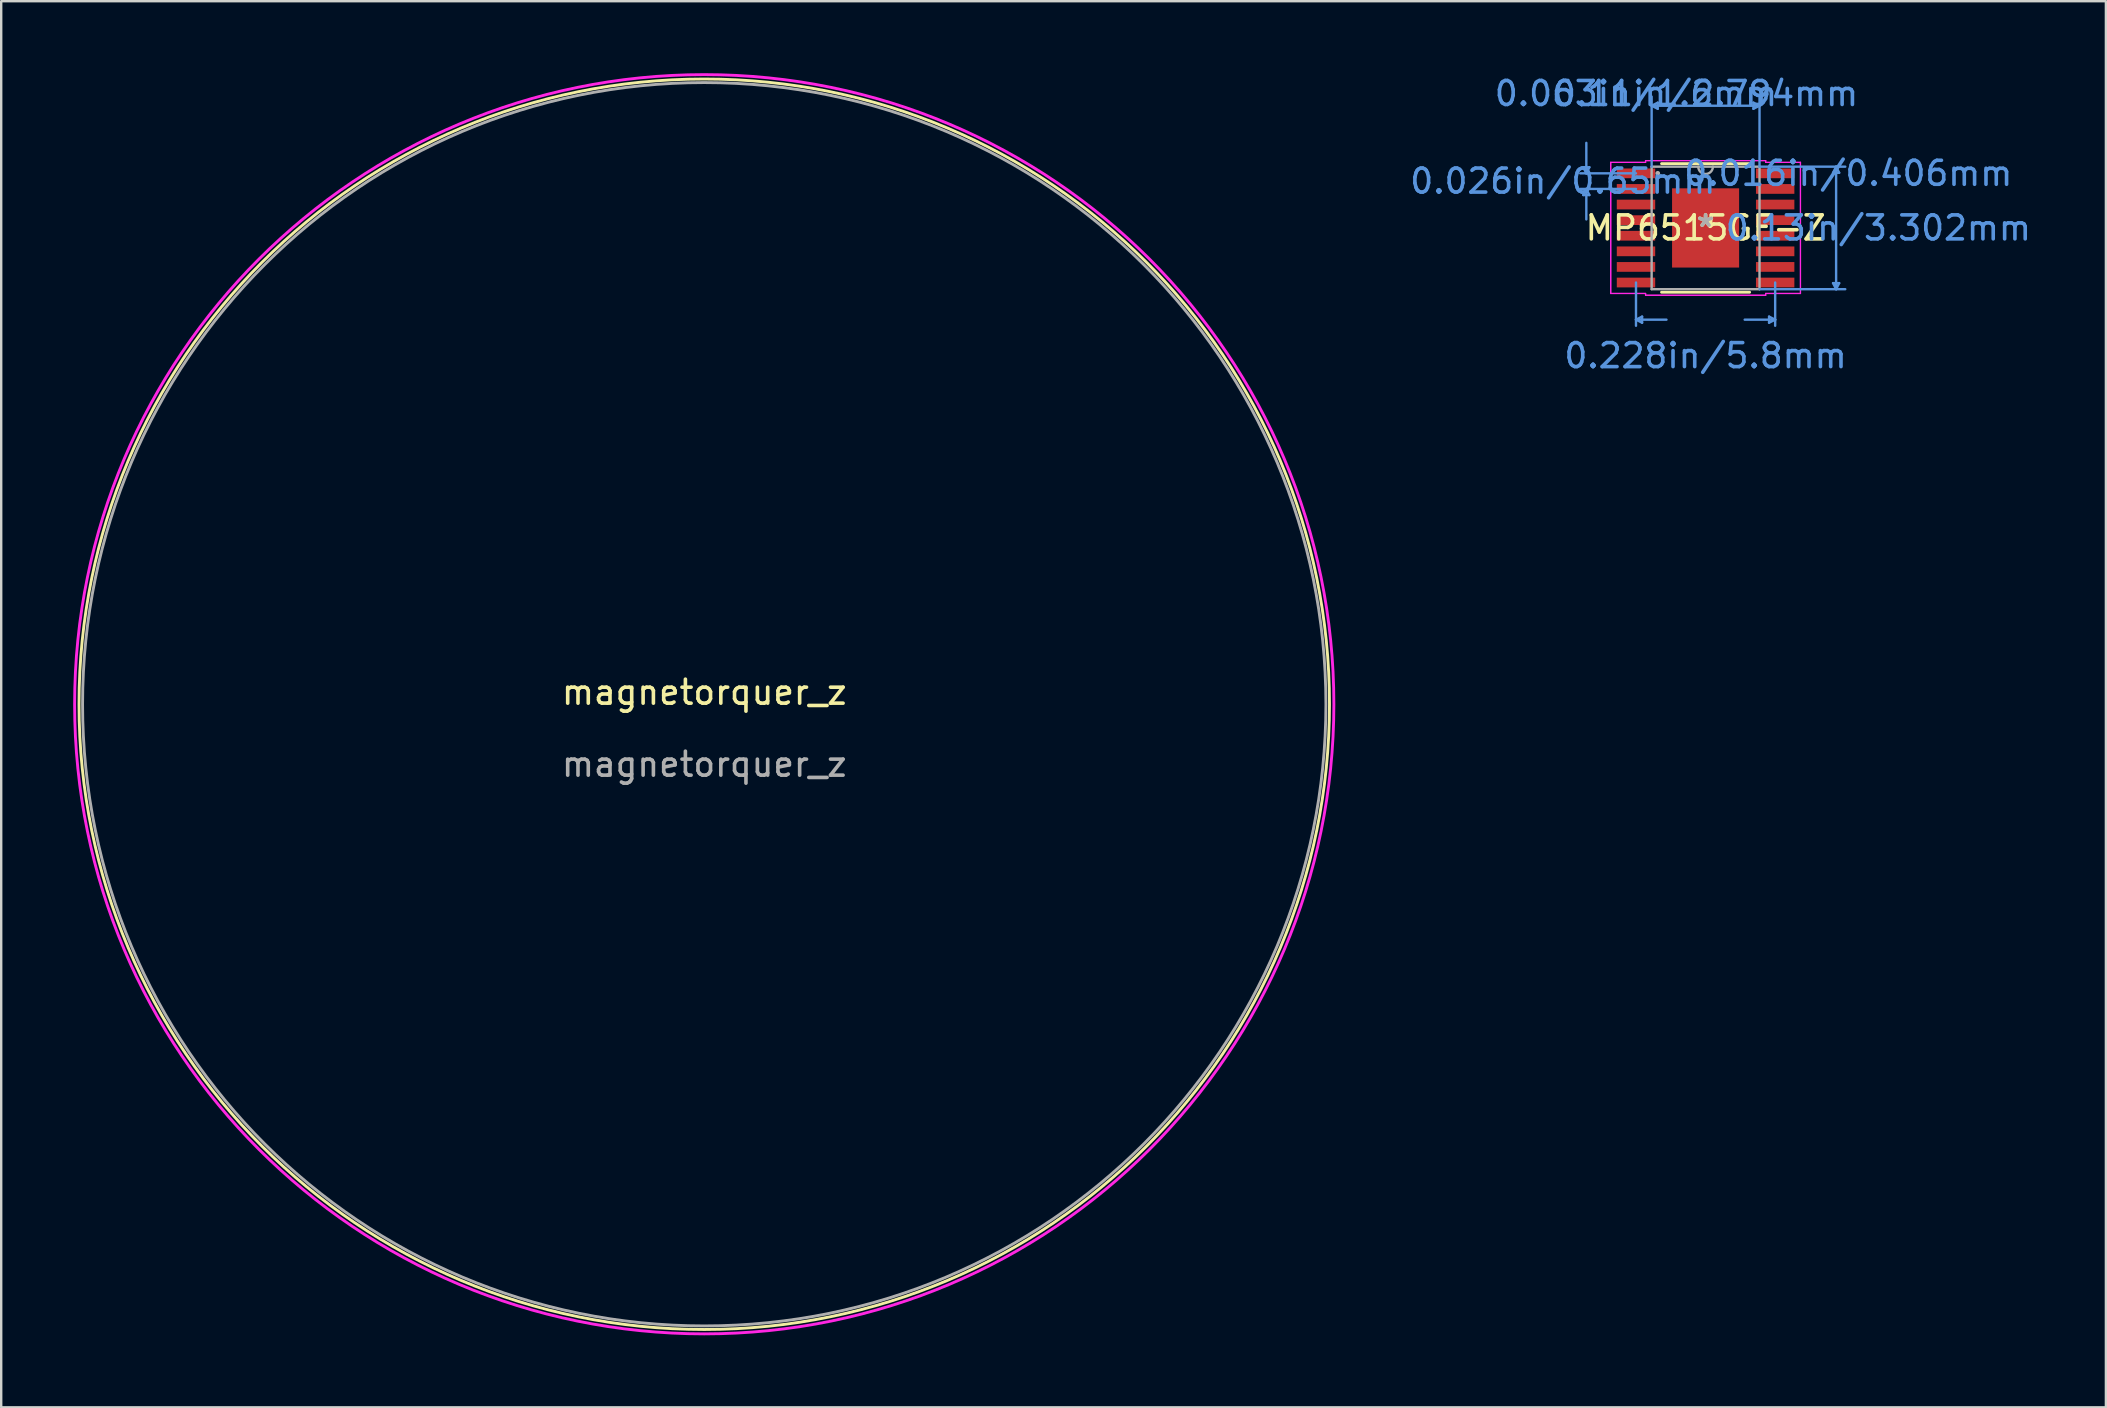
<source format=kicad_pcb>
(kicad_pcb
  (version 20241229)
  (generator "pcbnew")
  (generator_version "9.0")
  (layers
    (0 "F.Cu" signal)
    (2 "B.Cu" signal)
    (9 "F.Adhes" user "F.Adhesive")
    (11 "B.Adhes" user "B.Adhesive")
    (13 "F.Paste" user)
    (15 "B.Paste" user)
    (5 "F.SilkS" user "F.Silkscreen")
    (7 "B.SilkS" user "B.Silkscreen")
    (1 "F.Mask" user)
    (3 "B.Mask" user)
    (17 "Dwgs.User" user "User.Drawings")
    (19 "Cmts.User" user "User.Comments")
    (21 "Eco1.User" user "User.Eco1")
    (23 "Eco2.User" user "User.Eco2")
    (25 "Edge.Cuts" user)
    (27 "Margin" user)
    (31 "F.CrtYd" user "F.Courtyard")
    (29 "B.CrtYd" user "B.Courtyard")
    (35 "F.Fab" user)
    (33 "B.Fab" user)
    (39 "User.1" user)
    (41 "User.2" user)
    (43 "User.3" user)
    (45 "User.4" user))
  (footprint "magnetorquer_z"
    (layer "F.Cu")
    (at 26.299 26.299)
    (property "Reference" "magnetorquer_z" (at 0 -0.5 0) (unlocked yes) (layer "F.SilkS") (effects (font (size 1 1) (thickness 0.15))))
    (attr through_hole)
    (fp_circle (center 0 0) (end 2.35 25.95) (stroke (width 0.12) (type solid)) (fill no) (layer "F.SilkS"))
    (fp_circle (center 0 0) (end 26.239 0) (stroke (width 0.12) (type solid)) (fill no) (layer "F.CrtYd"))
    (fp_circle (center 0 0) (end 25.908 0) (stroke (width 0.12) (type solid)) (fill no) (layer "F.Fab"))
    (fp_text user "${REFERENCE}" (at 0 2.5 0) (unlocked yes) (layer "F.Fab") (effects (font (size 1 1) (thickness 0.15)))))
  (footprint "MP6515GF-Z"
    (layer "F.Cu")
    (at 68.029 6.449)
    (property "Reference" "MP6515GF-Z" (at 0 0 0) (layer "F.SilkS") (effects (font (size 1 1) (thickness 0.15))))
    (attr through_hole)
    (fp_line (start -1.835 2.68) (end 1.835 2.68) (stroke (width 0.12) (type solid)) (layer "F.SilkS"))
    (fp_line (start 1.835 -2.68) (end -1.835 -2.68) (stroke (width 0.12) (type solid)) (layer "F.SilkS"))
    (fp_poly (pts (xy -1.297 -1.551) (xy -1.297 -0.1) (xy -0.1 -0.1) (xy -0.1 -1.551)) (stroke (width 0.1) (type solid)) (fill yes) (layer "F.Paste"))
    (fp_poly (pts (xy -1.297 0.1) (xy -1.297 1.551) (xy -0.1 1.551) (xy -0.1 0.1)) (stroke (width 0.1) (type solid)) (fill yes) (layer "F.Paste"))
    (fp_poly (pts (xy 0.1 -1.551) (xy 0.1 -0.1) (xy 1.297 -0.1) (xy 1.297 -1.551)) (stroke (width 0.1) (type solid)) (fill yes) (layer "F.Paste"))
    (fp_poly (pts (xy 0.1 0.1) (xy 0.1 1.551) (xy 1.297 1.551) (xy 1.297 0.1)) (stroke (width 0.1) (type solid)) (fill yes) (layer "F.Paste"))
    (fp_line (start -5.097 -2.529) (end -4.97 -2.275) (stroke (width 0.1) (type solid)) (layer "Cmts.User"))
    (fp_line (start -5.097 -1.371) (end -4.97 -1.625) (stroke (width 0.1) (type solid)) (layer "Cmts.User"))
    (fp_line (start -4.97 -2.275) (end -4.97 -3.545) (stroke (width 0.1) (type solid)) (layer "Cmts.User"))
    (fp_line (start -4.97 -2.275) (end -4.843 -2.529) (stroke (width 0.1) (type solid)) (layer "Cmts.User"))
    (fp_line (start -4.97 -1.625) (end -4.97 -0.355) (stroke (width 0.1) (type solid)) (layer "Cmts.User"))
    (fp_line (start -4.97 -1.625) (end -4.843 -1.371) (stroke (width 0.1) (type solid)) (layer "Cmts.User"))
    (fp_line (start -4.843 -2.529) (end -5.097 -2.529) (stroke (width 0.1) (type solid)) (layer "Cmts.User"))
    (fp_line (start -4.843 -1.371) (end -5.097 -1.371) (stroke (width 0.1) (type solid)) (layer "Cmts.User"))
    (fp_line (start -2.9 -2.275) (end -5.224 -2.275) (stroke (width 0.1) (type solid)) (layer "Cmts.User"))
    (fp_line (start -2.9 -1.625) (end -5.224 -1.625) (stroke (width 0.1) (type solid)) (layer "Cmts.User"))
    (fp_line (start -2.9 2.275) (end -2.9 4.077) (stroke (width 0.1) (type solid)) (layer "Cmts.User"))
    (fp_line (start -2.9 3.823) (end -2.646 3.95) (stroke (width 0.1) (type solid)) (layer "Cmts.User"))
    (fp_line (start -2.9 3.823) (end -1.63 3.823) (stroke (width 0.1) (type solid)) (layer "Cmts.User"))
    (fp_line (start -2.646 3.696) (end -2.9 3.823) (stroke (width 0.1) (type solid)) (layer "Cmts.User"))
    (fp_line (start -2.646 3.95) (end -2.646 3.696) (stroke (width 0.1) (type solid)) (layer "Cmts.User"))
    (fp_line (start -2.248 -5.093) (end -1.994 -5.22) (stroke (width 0.1) (type solid)) (layer "Cmts.User"))
    (fp_line (start -2.248 -5.093) (end -1.994 -4.966) (stroke (width 0.1) (type solid)) (layer "Cmts.User"))
    (fp_line (start -2.248 -5.093) (end 2.248 -5.093) (stroke (width 0.1) (type solid)) (layer "Cmts.User"))
    (fp_line (start -2.248 -2.553) (end -2.248 -5.474) (stroke (width 0.1) (type solid)) (layer "Cmts.User"))
    (fp_line (start -1.994 -5.22) (end -1.994 -4.966) (stroke (width 0.1) (type solid)) (layer "Cmts.User"))
    (fp_line (start 1.994 -5.22) (end 1.994 -4.966) (stroke (width 0.1) (type solid)) (layer "Cmts.User"))
    (fp_line (start 2.248 -5.093) (end 1.994 -5.22) (stroke (width 0.1) (type solid)) (layer "Cmts.User"))
    (fp_line (start 2.248 -5.093) (end 1.994 -4.966) (stroke (width 0.1) (type solid)) (layer "Cmts.User"))
    (fp_line (start 2.248 -2.553) (end 2.248 -5.474) (stroke (width 0.1) (type solid)) (layer "Cmts.User"))
    (fp_line (start 2.248 -2.553) (end 5.821 -2.553) (stroke (width 0.1) (type solid)) (layer "Cmts.User"))
    (fp_line (start 2.248 2.553) (end 5.821 2.553) (stroke (width 0.1) (type solid)) (layer "Cmts.User"))
    (fp_line (start 2.646 3.696) (end 2.9 3.823) (stroke (width 0.1) (type solid)) (layer "Cmts.User"))
    (fp_line (start 2.646 3.95) (end 2.646 3.696) (stroke (width 0.1) (type solid)) (layer "Cmts.User"))
    (fp_line (start 2.9 2.275) (end 2.9 4.077) (stroke (width 0.1) (type solid)) (layer "Cmts.User"))
    (fp_line (start 2.9 3.823) (end 1.63 3.823) (stroke (width 0.1) (type solid)) (layer "Cmts.User"))
    (fp_line (start 2.9 3.823) (end 2.646 3.95) (stroke (width 0.1) (type solid)) (layer "Cmts.User"))
    (fp_line (start 5.313 -2.299) (end 5.567 -2.299) (stroke (width 0.1) (type solid)) (layer "Cmts.User"))
    (fp_line (start 5.313 2.299) (end 5.567 2.299) (stroke (width 0.1) (type solid)) (layer "Cmts.User"))
    (fp_line (start 5.44 -2.553) (end 5.313 -2.299) (stroke (width 0.1) (type solid)) (layer "Cmts.User"))
    (fp_line (start 5.44 -2.553) (end 5.44 2.553) (stroke (width 0.1) (type solid)) (layer "Cmts.User"))
    (fp_line (start 5.44 -2.553) (end 5.567 -2.299) (stroke (width 0.1) (type solid)) (layer "Cmts.User"))
    (fp_line (start 5.44 2.553) (end 5.313 2.299) (stroke (width 0.1) (type solid)) (layer "Cmts.User"))
    (fp_line (start 5.44 2.553) (end 5.567 2.299) (stroke (width 0.1) (type solid)) (layer "Cmts.User"))
    (fp_line (start -3.954 -2.732) (end -2.502 -2.732) (stroke (width 0.05) (type solid)) (layer "F.CrtYd"))
    (fp_line (start -3.954 -2.732) (end -2.502 -2.732) (stroke (width 0.05) (type solid)) (layer "F.CrtYd"))
    (fp_line (start -3.954 2.732) (end -3.954 -2.732) (stroke (width 0.05) (type solid)) (layer "F.CrtYd"))
    (fp_line (start -3.954 2.732) (end -3.954 -2.732) (stroke (width 0.05) (type solid)) (layer "F.CrtYd"))
    (fp_line (start -3.954 2.732) (end -2.502 2.732) (stroke (width 0.05) (type solid)) (layer "F.CrtYd"))
    (fp_line (start -2.502 -2.807) (end 2.502 -2.807) (stroke (width 0.05) (type solid)) (layer "F.CrtYd"))
    (fp_line (start -2.502 -2.807) (end 2.502 -2.807) (stroke (width 0.05) (type solid)) (layer "F.CrtYd"))
    (fp_line (start -2.502 -2.732) (end -2.502 -2.807) (stroke (width 0.05) (type solid)) (layer "F.CrtYd"))
    (fp_line (start -2.502 -2.732) (end -2.502 -2.807) (stroke (width 0.05) (type solid)) (layer "F.CrtYd"))
    (fp_line (start -2.502 2.732) (end -3.954 2.732) (stroke (width 0.05) (type solid)) (layer "F.CrtYd"))
    (fp_line (start -2.502 2.807) (end -2.502 2.732) (stroke (width 0.05) (type solid)) (layer "F.CrtYd"))
    (fp_line (start -2.502 2.807) (end -2.502 2.732) (stroke (width 0.05) (type solid)) (layer "F.CrtYd"))
    (fp_line (start 2.502 -2.807) (end 2.502 -2.732) (stroke (width 0.05) (type solid)) (layer "F.CrtYd"))
    (fp_line (start 2.502 -2.807) (end 2.502 -2.732) (stroke (width 0.05) (type solid)) (layer "F.CrtYd"))
    (fp_line (start 2.502 -2.732) (end 3.954 -2.732) (stroke (width 0.05) (type solid)) (layer "F.CrtYd"))
    (fp_line (start 2.502 2.732) (end 2.502 2.807) (stroke (width 0.05) (type solid)) (layer "F.CrtYd"))
    (fp_line (start 2.502 2.732) (end 2.502 2.807) (stroke (width 0.05) (type solid)) (layer "F.CrtYd"))
    (fp_line (start 2.502 2.807) (end -2.502 2.807) (stroke (width 0.05) (type solid)) (layer "F.CrtYd"))
    (fp_line (start 2.502 2.807) (end -2.502 2.807) (stroke (width 0.05) (type solid)) (layer "F.CrtYd"))
    (fp_line (start 3.954 -2.732) (end 2.502 -2.732) (stroke (width 0.05) (type solid)) (layer "F.CrtYd"))
    (fp_line (start 3.954 -2.732) (end 3.954 2.732) (stroke (width 0.05) (type solid)) (layer "F.CrtYd"))
    (fp_line (start 3.954 -2.732) (end 3.954 2.732) (stroke (width 0.05) (type solid)) (layer "F.CrtYd"))
    (fp_line (start 3.954 2.732) (end 2.502 2.732) (stroke (width 0.05) (type solid)) (layer "F.CrtYd"))
    (fp_line (start 3.954 2.732) (end 2.502 2.732) (stroke (width 0.05) (type solid)) (layer "F.CrtYd"))
    (fp_line (start -2.248 -2.553) (end -2.248 2.553) (stroke (width 0.1) (type solid)) (layer "F.Fab"))
    (fp_line (start -2.248 2.553) (end 2.248 2.553) (stroke (width 0.1) (type solid)) (layer "F.Fab"))
    (fp_line (start 2.248 -2.553) (end -2.248 -2.553) (stroke (width 0.1) (type solid)) (layer "F.Fab"))
    (fp_line (start 2.248 2.553) (end 2.248 -2.553) (stroke (width 0.1) (type solid)) (layer "F.Fab"))
    (fp_arc (start 0.3048 -2.5527) (mid 0 -2.2479) (end -0.3048 -2.5527) (stroke (width 0.1) (type solid)) (layer "F.Fab"))
    (fp_circle (center -1.994 -2.275) (end -1.994 -2.275) (stroke (width 0.1) (type solid)) (fill no) (layer "F.Fab"))
    (fp_text user "*" (at 0 0 0) (layer "F.SilkS") (effects (font (size 1 1) (thickness 0.15))))
    (fp_text user "0.13in/3.302mm" (at 7.201 0 0) (layer "Cmts.User") (effects (font (size 1 1) (thickness 0.15))))
    (fp_text user "0.026in/0.65mm" (at -5.948 -1.95 0) (layer "Cmts.User") (effects (font (size 1 1) (thickness 0.15))))
    (fp_text user "0.228in/5.8mm" (at 0 5.323 0) (layer "Cmts.User") (effects (font (size 1 1) (thickness 0.15))))
    (fp_text user "0.11in/2.794mm" (at 0 -5.601 0) (layer "Cmts.User") (effects (font (size 1 1) (thickness 0.15))))
    (fp_text user "Copyright 2021 Accelerated Designs. All rights reserved." (at 0 0 0) (layer "Cmts.User") (effects (font (size 0.127 0.127) (thickness 0.002))))
    (fp_text user "0.016in/0.406mm" (at 5.948 -2.275 0) (layer "Cmts.User") (effects (font (size 1 1) (thickness 0.15))))
    (fp_text user "0.063in/1.6mm" (at -2.9 -5.601 0) (layer "Cmts.User") (effects (font (size 1 1) (thickness 0.15))))
    (fp_text user "*" (at 0 0 0) (layer "F.Fab") (effects (font (size 1 1) (thickness 0.15))))
    (pad "1" smd rect (at -2.9 -2.275) (size 1.6 0.406) (layers "F.Cu" "F.Mask" "F.Paste"))
    (pad "2" smd rect (at -2.9 -1.625) (size 1.6 0.406) (layers "F.Cu" "F.Mask" "F.Paste"))
    (pad "3" smd rect (at -2.9 -0.975) (size 1.6 0.406) (layers "F.Cu" "F.Mask" "F.Paste"))
    (pad "4" smd rect (at -2.9 -0.325) (size 1.6 0.406) (layers "F.Cu" "F.Mask" "F.Paste"))
    (pad "5" smd rect (at -2.9 0.325) (size 1.6 0.406) (layers "F.Cu" "F.Mask" "F.Paste"))
    (pad "6" smd rect (at -2.9 0.975) (size 1.6 0.406) (layers "F.Cu" "F.Mask" "F.Paste"))
    (pad "7" smd rect (at -2.9 1.625) (size 1.6 0.406) (layers "F.Cu" "F.Mask" "F.Paste"))
    (pad "8" smd rect (at -2.9 2.275) (size 1.6 0.406) (layers "F.Cu" "F.Mask" "F.Paste"))
    (pad "9" smd rect (at 2.9 2.275) (size 1.6 0.406) (layers "F.Cu" "F.Mask" "F.Paste"))
    (pad "10" smd rect (at 2.9 1.625) (size 1.6 0.406) (layers "F.Cu" "F.Mask" "F.Paste"))
    (pad "11" smd rect (at 2.9 0.975) (size 1.6 0.406) (layers "F.Cu" "F.Mask" "F.Paste"))
    (pad "12" smd rect (at 2.9 0.325) (size 1.6 0.406) (layers "F.Cu" "F.Mask" "F.Paste"))
    (pad "13" smd rect (at 2.9 -0.325) (size 1.6 0.406) (layers "F.Cu" "F.Mask" "F.Paste"))
    (pad "14" smd rect (at 2.9 -0.975) (size 1.6 0.406) (layers "F.Cu" "F.Mask" "F.Paste"))
    (pad "15" smd rect (at 2.9 -1.625) (size 1.6 0.406) (layers "F.Cu" "F.Mask" "F.Paste"))
    (pad "16" smd rect (at 2.9 -2.275) (size 1.6 0.406) (layers "F.Cu" "F.Mask" "F.Paste"))
    (pad "17" smd rect (at 0 0) (size 2.794 3.302) (layers "F.Cu" "F.Mask")))
  (gr_rect
    (start -3 -3)
    (end 84.712 55.599)
    (stroke (width 0.1) (type default))
    (fill no)
    (layer "Edge.Cuts")))
</source>
